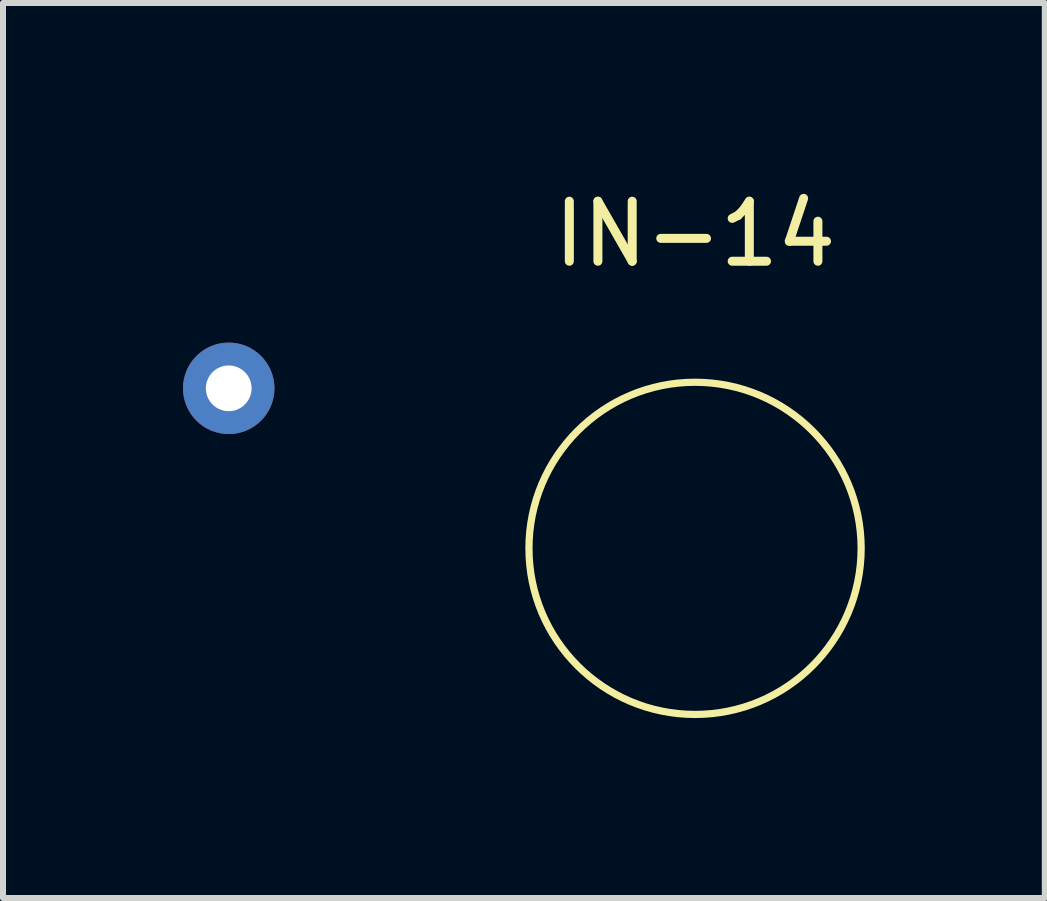
<source format=kicad_pcb>
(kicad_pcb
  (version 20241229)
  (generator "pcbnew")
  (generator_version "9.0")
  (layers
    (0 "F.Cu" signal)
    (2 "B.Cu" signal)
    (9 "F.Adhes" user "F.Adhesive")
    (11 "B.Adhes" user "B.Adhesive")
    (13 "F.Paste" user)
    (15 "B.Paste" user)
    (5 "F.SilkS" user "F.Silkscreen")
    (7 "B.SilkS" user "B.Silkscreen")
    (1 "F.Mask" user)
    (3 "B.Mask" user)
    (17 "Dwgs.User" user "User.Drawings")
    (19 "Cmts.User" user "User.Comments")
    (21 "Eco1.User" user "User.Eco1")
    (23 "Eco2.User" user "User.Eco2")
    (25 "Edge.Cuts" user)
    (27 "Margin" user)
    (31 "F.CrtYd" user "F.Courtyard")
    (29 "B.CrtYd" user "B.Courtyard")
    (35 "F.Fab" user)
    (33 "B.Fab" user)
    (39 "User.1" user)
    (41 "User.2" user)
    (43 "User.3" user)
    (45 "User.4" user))
  (footprint "IN-14"
    (layer "F.Cu")
    (at 8.534 6.089)
    (property "Reference" "IN-14" (at 0 -5.24 0) (layer "F.SilkS") (effects (font (size 1 1) (thickness 0.15))))
    (attr through_hole)
    (fp_circle (center 0 0) (end 1.041 2.565) (stroke (width 0.12) (type solid)) (fill no) (layer "F.SilkS"))
    (pad "1" thru_hole circle (at -7.772 -2.667) (size 1.524 1.524) (drill 0.762) (layers "*.Cu" "*.Mask")))
  (gr_rect
    (start -3 -3)
    (end 14.363 11.917)
    (stroke (width 0.1) (type default))
    (fill no)
    (layer "Edge.Cuts")))
</source>
